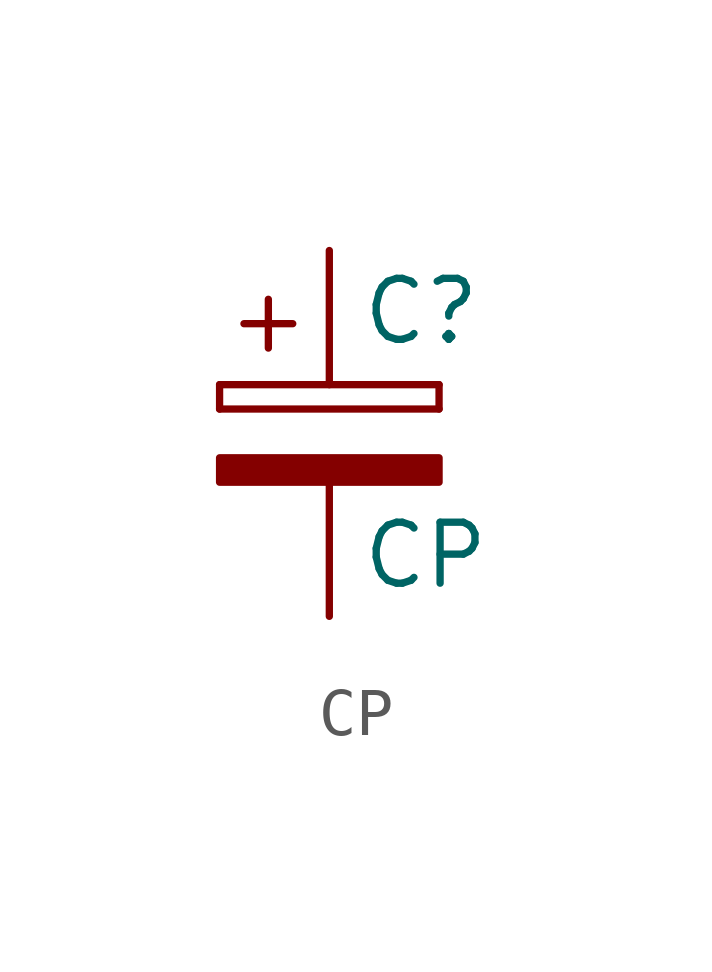
<source format=kicad_sym>
(kicad_symbol_lib
  (version 20201005)
  (generator kicad_symbol_editor)
  (symbol "pic_programmer_schlib:CP"
    (pin_numbers hide)
    (pin_names
      (offset 0.254))
    (property "Reference" "C"
      (at 0.635 2.54 0)
      (effects (font (size 1.27 1.27)) (justify left)))
    (property "Value" "CP"
      (at 0.635 -2.54 0)
      (effects (font (size 1.27 1.27)) (justify left)))
    (property "Footprint" ""
      (at 0.965 -3.81 0)
      (effects (font (size 0.762 0.762))))
    (property "Datasheet" ""
      (at 0 0 0)
      (effects (font (size 1.524 1.524))))
    (symbol "CP_0_1"
      (rectangle (start -2.286 0.508) (end -2.286 1.016) (stroke (width 0)) (fill (type none)))
      (rectangle (start -2.286 0.508) (end 2.286 0.508) (stroke (width 0)) (fill (type none)))
      (rectangle (start -1.778 2.286) (end -0.762 2.286) (stroke (width 0)) (fill (type none)))
      (rectangle (start -1.27 1.778) (end -1.27 2.794) (stroke (width 0)) (fill (type none)))
      (rectangle (start 2.286 -0.508) (end -2.286 -1.016) (stroke (width 0)) (fill (type outline)))
      (rectangle (start 2.286 1.016) (end -2.286 1.016) (stroke (width 0)) (fill (type none)))
      (rectangle (start 2.286 1.016) (end 2.286 0.508) (stroke (width 0)) (fill (type none))))
    (symbol "CP_1_1"
      (pin passive line (at 0 3.81 270) (length 2.794) (name "~" (effects (font (size 1.016 1.016)))) (number "1" (effects (font (size 1.016 1.016)))))
      (pin passive line (at 0 -3.81 90) (length 2.794) (name "~" (effects (font (size 1.016 1.016)))) (number "2" (effects (font (size 1.016 1.016))))))))
</source>
